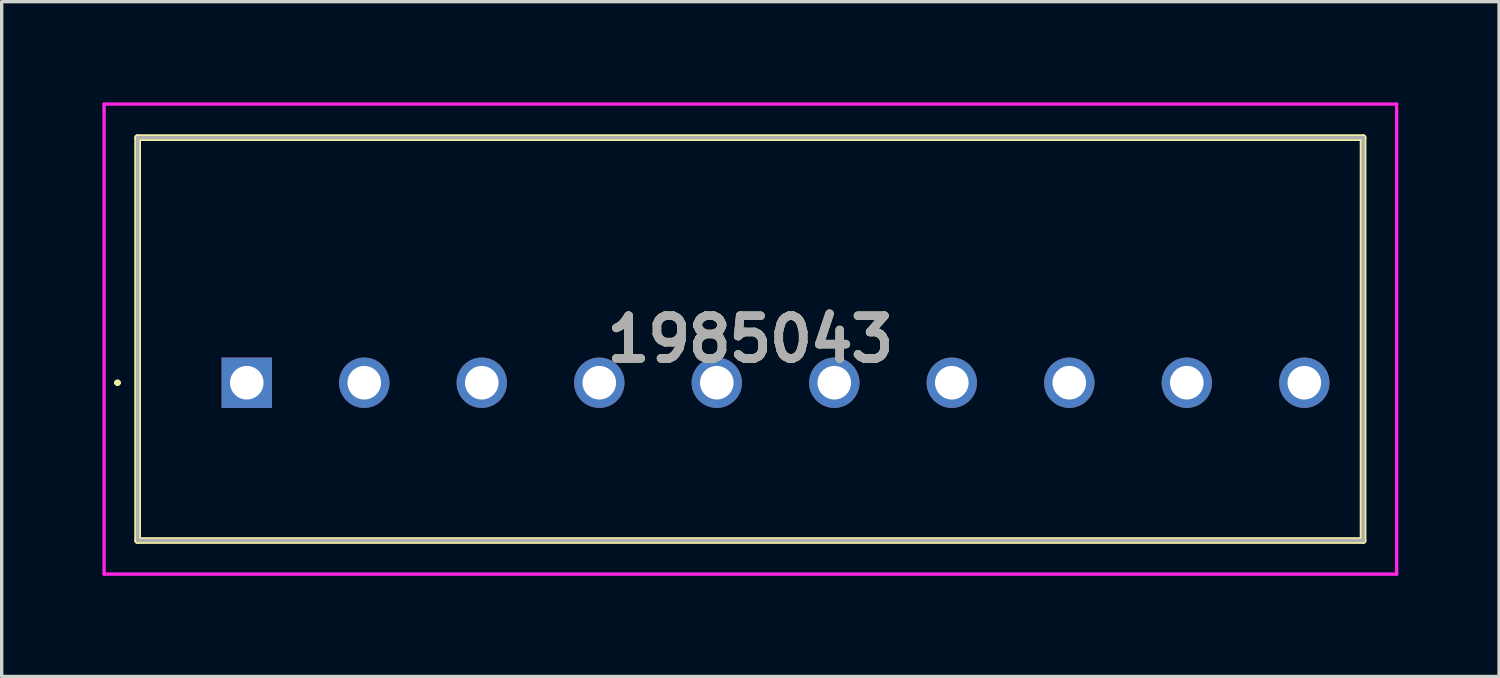
<source format=kicad_pcb>
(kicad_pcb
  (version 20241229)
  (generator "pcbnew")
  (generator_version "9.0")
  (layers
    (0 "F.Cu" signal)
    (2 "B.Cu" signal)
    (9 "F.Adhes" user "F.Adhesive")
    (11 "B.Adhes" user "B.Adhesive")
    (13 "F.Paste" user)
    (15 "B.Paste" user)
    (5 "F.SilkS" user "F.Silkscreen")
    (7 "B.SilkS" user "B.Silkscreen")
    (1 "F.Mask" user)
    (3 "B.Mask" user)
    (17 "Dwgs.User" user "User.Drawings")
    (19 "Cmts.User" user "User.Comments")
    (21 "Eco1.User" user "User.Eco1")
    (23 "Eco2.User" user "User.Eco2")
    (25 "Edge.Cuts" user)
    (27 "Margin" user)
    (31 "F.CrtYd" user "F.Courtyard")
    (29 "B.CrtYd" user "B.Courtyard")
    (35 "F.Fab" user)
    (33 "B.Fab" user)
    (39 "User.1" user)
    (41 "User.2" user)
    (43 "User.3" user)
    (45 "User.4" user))
  (footprint "1985043"
    (layer "F.Cu")
    (at 4.3 8.35)
    (property "Reference" "1985043" (at 15 -1.3 0) (layer "F.SilkS") (effects (font (size 1.27 1.27) (thickness 0.254))))
    (attr through_hole)
    (fp_line (start -3.9 0) (end -3.9 0) (stroke (width 0.1) (type solid)) (layer "F.SilkS"))
    (fp_line (start -3.8 0) (end -3.8 0) (stroke (width 0.1) (type solid)) (layer "F.SilkS"))
    (fp_line (start -3.25 -7.3) (end 33.25 -7.3) (stroke (width 0.2) (type solid)) (layer "F.SilkS"))
    (fp_line (start -3.25 4.7) (end -3.25 -7.3) (stroke (width 0.2) (type solid)) (layer "F.SilkS"))
    (fp_line (start 33.25 -7.3) (end 33.25 4.7) (stroke (width 0.2) (type solid)) (layer "F.SilkS"))
    (fp_line (start 33.25 4.7) (end -3.25 4.7) (stroke (width 0.2) (type solid)) (layer "F.SilkS"))
    (fp_arc (start -3.9 0) (mid -3.85 -0.05) (end -3.8 0) (stroke (width 0.1) (type solid)) (layer "F.SilkS"))
    (fp_arc (start -3.8 0) (mid -3.85 0.05) (end -3.9 0) (stroke (width 0.1) (type solid)) (layer "F.SilkS"))
    (fp_line (start -4.25 -8.3) (end 34.25 -8.3) (stroke (width 0.1) (type solid)) (layer "F.CrtYd"))
    (fp_line (start -4.25 5.7) (end -4.25 -8.3) (stroke (width 0.1) (type solid)) (layer "F.CrtYd"))
    (fp_line (start 34.25 -8.3) (end 34.25 5.7) (stroke (width 0.1) (type solid)) (layer "F.CrtYd"))
    (fp_line (start 34.25 5.7) (end -4.25 5.7) (stroke (width 0.1) (type solid)) (layer "F.CrtYd"))
    (fp_line (start -3.25 -7.3) (end -3.25 4.7) (stroke (width 0.1) (type solid)) (layer "F.Fab"))
    (fp_line (start -3.25 4.7) (end 33.25 4.7) (stroke (width 0.1) (type solid)) (layer "F.Fab"))
    (fp_line (start 33.25 -7.3) (end -3.25 -7.3) (stroke (width 0.1) (type solid)) (layer "F.Fab"))
    (fp_line (start 33.25 4.7) (end 33.25 -7.3) (stroke (width 0.1) (type solid)) (layer "F.Fab"))
    (fp_text user "${REFERENCE}" (at 15 -1.3 0) (layer "F.Fab") (effects (font (size 1.27 1.27) (thickness 0.254))))
    (pad "1" thru_hole rect (at 0 0) (size 1.5 1.5) (drill 1) (layers "*.Cu" "*.Mask"))
    (pad "2" thru_hole circle (at 3.5 0) (size 1.5 1.5) (drill 1) (layers "*.Cu" "*.Mask"))
    (pad "3" thru_hole circle (at 7 0) (size 1.5 1.5) (drill 1) (layers "*.Cu" "*.Mask"))
    (pad "4" thru_hole circle (at 10.5 0) (size 1.5 1.5) (drill 1) (layers "*.Cu" "*.Mask"))
    (pad "5" thru_hole circle (at 14 0) (size 1.5 1.5) (drill 1) (layers "*.Cu" "*.Mask"))
    (pad "6" thru_hole circle (at 17.5 0) (size 1.5 1.5) (drill 1) (layers "*.Cu" "*.Mask"))
    (pad "7" thru_hole circle (at 21 0) (size 1.5 1.5) (drill 1) (layers "*.Cu" "*.Mask"))
    (pad "8" thru_hole circle (at 24.5 0) (size 1.5 1.5) (drill 1) (layers "*.Cu" "*.Mask"))
    (pad "9" thru_hole circle (at 28 0) (size 1.5 1.5) (drill 1) (layers "*.Cu" "*.Mask"))
    (pad "10" thru_hole circle (at 31.5 0) (size 1.5 1.5) (drill 1) (layers "*.Cu" "*.Mask")))
  (gr_rect
    (start -3 -3)
    (end 41.6 17.1)
    (stroke (width 0.1) (type default))
    (fill no)
    (layer "Edge.Cuts")))
</source>
